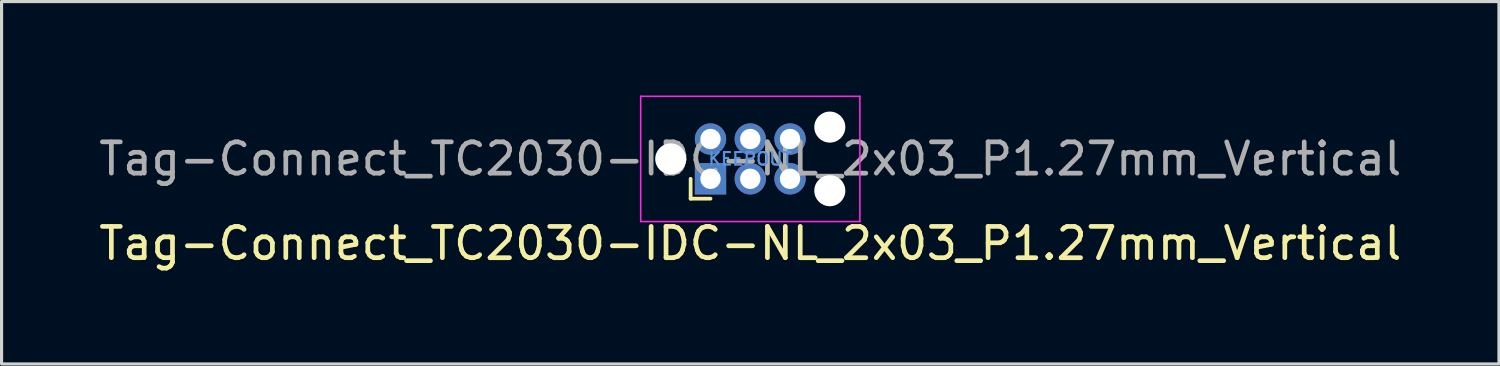
<source format=kicad_pcb>
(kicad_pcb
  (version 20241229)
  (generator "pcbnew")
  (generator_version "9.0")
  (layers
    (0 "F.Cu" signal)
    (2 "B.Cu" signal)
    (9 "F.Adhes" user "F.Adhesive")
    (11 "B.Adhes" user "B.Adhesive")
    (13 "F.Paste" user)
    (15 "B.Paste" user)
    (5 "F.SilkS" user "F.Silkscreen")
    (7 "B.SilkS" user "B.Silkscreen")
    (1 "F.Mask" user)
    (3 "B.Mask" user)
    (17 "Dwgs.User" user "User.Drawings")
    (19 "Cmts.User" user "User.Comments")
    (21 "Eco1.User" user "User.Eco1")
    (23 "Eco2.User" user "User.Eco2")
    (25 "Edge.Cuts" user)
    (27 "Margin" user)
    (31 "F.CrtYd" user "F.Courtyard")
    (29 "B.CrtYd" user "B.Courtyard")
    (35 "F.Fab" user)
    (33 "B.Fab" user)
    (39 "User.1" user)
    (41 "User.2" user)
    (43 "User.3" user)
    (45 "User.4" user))
  (footprint "Tag-Connect_TC2030-IDC-NL_2x03_P1.27mm_Vertical"
    (layer "F.Cu")
    (at 20.911 2.025)
    (property "Reference" "Tag-Connect_TC2030-IDC-NL_2x03_P1.27mm_Vertical" (at 0 2.7 0) (layer "F.SilkS") (effects (font (size 1 1) (thickness 0.15))))
    (attr exclude_from_pos_files exclude_from_bom)
    (fp_line (start -1.905 1.27) (end -1.905 0.635) (stroke (width 0.12) (type solid)) (layer "F.SilkS"))
    (fp_line (start -1.27 1.27) (end -1.905 1.27) (stroke (width 0.12) (type solid)) (layer "F.SilkS"))
    (fp_line (start -3.5 -2) (end 3.5 -2) (stroke (width 0.05) (type solid)) (layer "F.CrtYd"))
    (fp_line (start -3.5 2) (end -3.5 -2) (stroke (width 0.05) (type solid)) (layer "F.CrtYd"))
    (fp_line (start 3.5 -2) (end 3.5 2) (stroke (width 0.05) (type solid)) (layer "F.CrtYd"))
    (fp_line (start 3.5 2) (end -3.5 2) (stroke (width 0.05) (type solid)) (layer "F.CrtYd"))
    (fp_text user "KEEPOUT" (at 0 0 0) (layer "Cmts.User") (effects (font (size 0.4 0.4) (thickness 0.07))))
    (fp_text user "${REFERENCE}" (at 0 0 0) (layer "F.Fab") (effects (font (size 1 1) (thickness 0.15))))
    (pad "" np_thru_hole circle (at -2.54 0) (size 0.991 0.991) (drill 0.991) (layers "*.Cu" "*.Mask"))
    (pad "" np_thru_hole circle (at 2.54 -1.016) (size 0.991 0.991) (drill 0.991) (layers "*.Cu" "*.Mask"))
    (pad "" np_thru_hole circle (at 2.54 1.016) (size 0.991 0.991) (drill 0.991) (layers "*.Cu" "*.Mask"))
    (pad "1" thru_hole rect (at -1.27 0.635 90) (size 1 1) (drill 0.65) (layers "*.Cu" "*.Mask"))
    (pad "2" thru_hole oval (at -1.27 -0.635 90) (size 1 1) (drill 0.65) (layers "*.Cu" "*.Mask"))
    (pad "3" thru_hole oval (at 0 0.635 90) (size 1 1) (drill 0.65) (layers "*.Cu" "*.Mask"))
    (pad "4" thru_hole oval (at 0 -0.635 90) (size 1 1) (drill 0.65) (layers "*.Cu" "*.Mask"))
    (pad "5" thru_hole oval (at 1.27 0.635 90) (size 1 1) (drill 0.65) (layers "*.Cu" "*.Mask"))
    (pad "6" thru_hole oval (at 1.27 -0.635 90) (size 1 1) (drill 0.65) (layers "*.Cu" "*.Mask"))
    (zone (net_name "") (layer "F.Cu") (hatch full 0.508) (connect_pads) (min_thickness 0.254) (filled_areas_thickness no) (keepout (tracks allowed) (vias not_allowed) (pads allowed) (copperpour not_allowed) (footprints not_allowed)) (placement (enabled no)) (fill) (polygon (pts (xy 22.181 1.39) (xy 19.641 1.39) (xy 19.641 2.66) (xy 22.181 2.66)))))
  (gr_rect
    (start -3 -3)
    (end 44.821 8.573)
    (stroke (width 0.1) (type default))
    (fill no)
    (layer "Edge.Cuts")))
</source>
